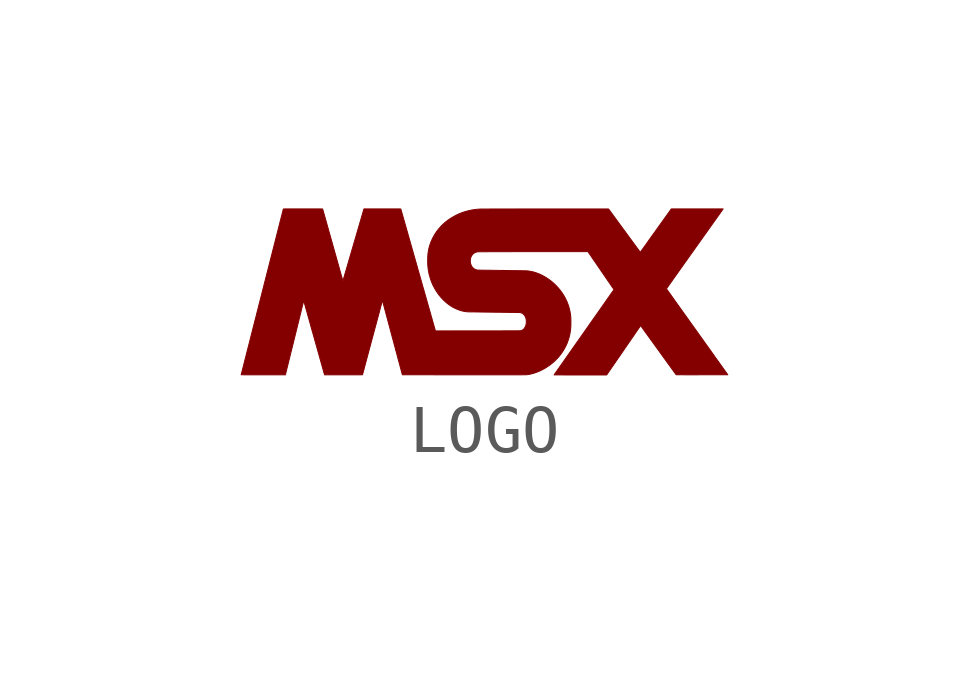
<source format=kicad_sym>
(kicad_symbol_lib
  (version 20211014)
  (generator kicad_symbol_editor)
  (symbol "LOGO"
    (pin_names
      (offset 1.016))
    (property "Reference" "#G"
      (at 0 2.54 0)
      (effects (font (size 1.27 1.27)) hide))
    (symbol "LOGO_0_0"
      (polyline (pts (xy 2.558 -1.705) (xy 2.571 -1.686) (xy 2.583 -1.669) (xy 2.595 -1.652) (xy 2.607 -1.634) (xy 2.62 -1.615) (xy 2.635 -1.593) (xy 2.643 -1.581) (xy 2.651 -1.57) (xy 2.657 -1.561) (xy 2.662 -1.554) (xy 2.666 -1.548) (xy 2.669 -1.544) (xy 2.672 -1.54) (xy 2.675 -1.536) (xy 2.677 -1.533) (xy 2.681 -1.527) (xy 2.686 -1.519) (xy 2.694 -1.508) (xy 2.703 -1.495) (xy 2.714 -1.479) (xy 2.726 -1.461) (xy 2.739 -1.442) (xy 2.754 -1.421) (xy 2.769 -1.398) (xy 2.786 -1.375) (xy 2.803 -1.35) (xy 2.821 -1.324) (xy 2.839 -1.297) (xy 2.857 -1.272) (xy 2.874 -1.246) (xy 2.892 -1.221) (xy 2.908 -1.197) (xy 2.923 -1.174) (xy 2.938 -1.153) (xy 2.951 -1.134) (xy 2.963 -1.116) (xy 2.974 -1.101) (xy 2.983 -1.087) (xy 2.991 -1.076) (xy 2.997 -1.067) (xy 3.003 -1.059) (xy 3.005 -1.055) (xy 3.008 -1.051) (xy 3.011 -1.047) (xy 3.015 -1.041) (xy 3.02 -1.034) (xy 3.026 -1.026) (xy 3.033 -1.015) (xy 3.042 -1.001) (xy 3.05 -0.99) (xy 3.058 -0.979) (xy 3.064 -0.97) (xy 3.069 -0.963) (xy 3.073 -0.957) (xy 3.076 -0.952) (xy 3.079 -0.948) (xy 3.082 -0.944) (xy 3.083 -0.942) (xy 3.086 -0.938) (xy 3.092 -0.93) (xy 3.099 -0.92) (xy 3.107 -0.908) (xy 3.116 -0.894) (xy 3.127 -0.878) (xy 3.138 -0.862) (xy 3.151 -0.844) (xy 3.163 -0.826) (xy 3.17 -0.816) (xy 3.182 -0.798) (xy 3.194 -0.781) (xy 3.204 -0.766) (xy 3.214 -0.752) (xy 3.223 -0.74) (xy 3.23 -0.729) (xy 3.235 -0.721) (xy 3.239 -0.716) (xy 3.241 -0.713) (xy 3.245 -0.707) (xy 3.265 -0.734) (xy 3.267 -0.737) (xy 3.275 -0.748) (xy 3.284 -0.761) (xy 3.296 -0.777) (xy 3.309 -0.795) (xy 3.323 -0.815) (xy 3.339 -0.837) (xy 3.356 -0.861) (xy 3.374 -0.886) (xy 3.394 -0.913) (xy 3.414 -0.941) (xy 3.435 -0.97) (xy 3.457 -1.001) (xy 3.48 -1.032) (xy 3.503 -1.064) (xy 3.527 -1.097) (xy 3.551 -1.13) (xy 3.575 -1.164) (xy 3.6 -1.198) (xy 3.649 -1.266) (xy 3.674 -1.3) (xy 3.698 -1.334) (xy 3.722 -1.367) (xy 3.745 -1.399) (xy 3.768 -1.431) (xy 3.791 -1.462) (xy 3.812 -1.492) (xy 3.833 -1.521) (xy 3.853 -1.548) (xy 3.872 -1.575) (xy 3.89 -1.599) (xy 3.907 -1.622) (xy 3.922 -1.643) (xy 3.936 -1.663) (xy 3.948 -1.68) (xy 3.959 -1.695) (xy 3.968 -1.707) (xy 3.975 -1.717) (xy 3.981 -1.724) (xy 3.984 -1.729) (xy 3.985 -1.731) (xy 3.985 -1.731) (xy 3.987 -1.731) (xy 3.99 -1.731) (xy 3.995 -1.731) (xy 4.001 -1.732) (xy 4.009 -1.732) (xy 4.019 -1.732) (xy 4.031 -1.732) (xy 4.045 -1.732) (xy 4.061 -1.732) (xy 4.08 -1.732) (xy 4.101 -1.732) (xy 4.124 -1.732) (xy 4.151 -1.732) (xy 4.18 -1.733) (xy 4.418 -1.733) (xy 4.47 -1.732) (xy 4.525 -1.732) (xy 5.062 -1.732) (xy 5.002 -1.647) (xy 4.999 -1.643) (xy 4.99 -1.631) (xy 4.979 -1.615) (xy 4.967 -1.598) (xy 4.952 -1.578) (xy 4.937 -1.556) (xy 4.92 -1.532) (xy 4.902 -1.507) (xy 4.883 -1.481) (xy 4.863 -1.453) (xy 4.843 -1.425) (xy 4.822 -1.396) (xy 4.801 -1.367) (xy 4.78 -1.337) (xy 4.76 -1.308) (xy 4.747 -1.29) (xy 4.69 -1.21) (xy 4.631 -1.127) (xy 4.57 -1.042) (xy 4.508 -0.955) (xy 4.444 -0.865) (xy 4.379 -0.774) (xy 4.313 -0.682) (xy 4.246 -0.588) (xy 4.179 -0.494) (xy 4.111 -0.399) (xy 4.043 -0.304) (xy 4.015 -0.265) (xy 3.989 -0.228) (xy 3.965 -0.195) (xy 3.943 -0.164) (xy 3.923 -0.136) (xy 3.905 -0.11) (xy 3.888 -0.087) (xy 3.86 -0.047) (xy 3.848 -0.03) (xy 3.837 -0.015) (xy 3.828 -0.002) (xy 3.82 0.009) (xy 3.812 0.019) (xy 3.806 0.028) (xy 3.801 0.035) (xy 3.797 0.041) (xy 3.794 0.046) (xy 3.791 0.05) (xy 3.789 0.053) (xy 3.787 0.055) (xy 3.786 0.057) (xy 3.785 0.058) (xy 3.784 0.059) (xy 3.784 0.059) (xy 3.784 0.059) (xy 3.784 0.06) (xy 3.787 0.064) (xy 3.791 0.071) (xy 3.798 0.081) (xy 3.807 0.093) (xy 3.818 0.109) (xy 3.831 0.128) (xy 3.847 0.15) (xy 3.864 0.175) (xy 3.884 0.202) (xy 3.905 0.233) (xy 3.929 0.267) (xy 3.955 0.303) (xy 3.983 0.343) (xy 4.013 0.385) (xy 4.045 0.43) (xy 4.079 0.478) (xy 4.115 0.529) (xy 4.153 0.583) (xy 4.193 0.639) (xy 4.235 0.698) (xy 4.279 0.76) (xy 4.326 0.825) (xy 4.374 0.893) (xy 4.374 0.894) (xy 4.41 0.944) (xy 4.446 0.994) (xy 4.48 1.042) (xy 4.514 1.09) (xy 4.547 1.137) (xy 4.58 1.183) (xy 4.612 1.227) (xy 4.642 1.27) (xy 4.672 1.312) (xy 4.7 1.352) (xy 4.728 1.391) (xy 4.754 1.428) (xy 4.779 1.463) (xy 4.803 1.496) (xy 4.826 1.528) (xy 4.847 1.558) (xy 4.866 1.585) (xy 4.884 1.61) (xy 4.9 1.633) (xy 4.915 1.654) (xy 4.928 1.672) (xy 4.939 1.688) (xy 4.948 1.701) (xy 4.955 1.711) (xy 4.961 1.718) (xy 4.964 1.723) (xy 4.965 1.724) (xy 4.964 1.724) (xy 4.96 1.725) (xy 4.952 1.725) (xy 4.941 1.725) (xy 4.926 1.725) (xy 4.909 1.725) (xy 4.889 1.725) (xy 4.865 1.725) (xy 4.84 1.725) (xy 4.811 1.725) (xy 4.781 1.725) (xy 4.748 1.725) (xy 4.713 1.725) (xy 4.676 1.725) (xy 4.598 1.725) (xy 4.557 1.725) (xy 3.885 1.725) (xy 3.876 1.713) (xy 3.875 1.711) (xy 3.871 1.706) (xy 3.866 1.698) (xy 3.858 1.688) (xy 3.849 1.676) (xy 3.839 1.661) (xy 3.827 1.644) (xy 3.814 1.626) (xy 3.8 1.606) (xy 3.785 1.585) (xy 3.769 1.563) (xy 3.752 1.54) (xy 3.735 1.516) (xy 3.728 1.505) (xy 3.706 1.475) (xy 3.684 1.444) (xy 3.66 1.411) (xy 3.636 1.378) (xy 3.612 1.344) (xy 3.587 1.309) (xy 3.538 1.239) (xy 3.513 1.205) (xy 3.488 1.171) (xy 3.464 1.137) (xy 3.441 1.104) (xy 3.418 1.073) (xy 3.397 1.042) (xy 3.376 1.013) (xy 3.357 0.986) (xy 3.339 0.961) (xy 3.322 0.938) (xy 3.308 0.918) (xy 3.295 0.9) (xy 3.284 0.885) (xy 3.28 0.879) (xy 3.271 0.866) (xy 3.262 0.854) (xy 3.254 0.843) (xy 3.248 0.835) (xy 3.243 0.828) (xy 3.239 0.824) (xy 3.238 0.822) (xy 3.238 0.822) (xy 3.236 0.824) (xy 3.232 0.829) (xy 3.228 0.835) (xy 3.222 0.843) (xy 3.222 0.843) (xy 3.216 0.852) (xy 3.208 0.862) (xy 3.2 0.873) (xy 3.191 0.885) (xy 3.183 0.897) (xy 3.177 0.904) (xy 3.171 0.913) (xy 3.165 0.921) (xy 3.159 0.929) (xy 3.153 0.938) (xy 3.146 0.947) (xy 3.138 0.958) (xy 3.128 0.971) (xy 3.118 0.985) (xy 3.105 1.003) (xy 3.099 1.012) (xy 3.09 1.023) (xy 3.081 1.035) (xy 3.072 1.048) (xy 3.063 1.06) (xy 3.055 1.071) (xy 3.046 1.083) (xy 3.037 1.096) (xy 3.028 1.107) (xy 3.021 1.117) (xy 3.021 1.117) (xy 3.013 1.129) (xy 3.003 1.141) (xy 2.994 1.154) (xy 2.986 1.165) (xy 2.98 1.174) (xy 2.971 1.185) (xy 2.962 1.198) (xy 2.953 1.21) (xy 2.944 1.222) (xy 2.944 1.222) (xy 2.936 1.234) (xy 2.927 1.246) (xy 2.919 1.257) (xy 2.912 1.267) (xy 2.906 1.275) (xy 2.906 1.275) (xy 2.9 1.283) (xy 2.892 1.293) (xy 2.884 1.304) (xy 2.875 1.316) (xy 2.867 1.327) (xy 2.859 1.339) (xy 2.85 1.351) (xy 2.841 1.364) (xy 2.832 1.375) (xy 2.825 1.385) (xy 2.825 1.385) (xy 2.817 1.396) (xy 2.807 1.409) (xy 2.798 1.422) (xy 2.79 1.433) (xy 2.784 1.442) (xy 2.775 1.453) (xy 2.766 1.465) (xy 2.757 1.478) (xy 2.748 1.49) (xy 2.74 1.501) (xy 2.722 1.526) (xy 2.714 1.537) (xy 2.707 1.546) (xy 2.703 1.552) (xy 2.695 1.563) (xy 2.686 1.575) (xy 2.676 1.588) (xy 2.668 1.599) (xy 2.654 1.619) (xy 2.642 1.635) (xy 2.631 1.65) (xy 2.622 1.662) (xy 2.615 1.672) (xy 2.608 1.681) (xy 2.602 1.69) (xy 2.597 1.697) (xy 2.592 1.704) (xy 2.576 1.724) (xy 1.359 1.724) (xy 1.281 1.724) (xy 1.191 1.724) (xy 1.104 1.724) (xy 1.022 1.724) (xy 0.942 1.724) (xy 0.867 1.724) (xy 0.794 1.724) (xy 0.725 1.724) (xy 0.659 1.724) (xy 0.597 1.723) (xy 0.537 1.723) (xy 0.481 1.723) (xy 0.427 1.723) (xy 0.377 1.723) (xy 0.33 1.723) (xy 0.285 1.723) (xy 0.243 1.723) (xy 0.204 1.723) (xy 0.167 1.723) (xy 0.133 1.723) (xy 0.102 1.723) (xy 0.073 1.722) (xy 0.046 1.722) (xy 0.021 1.722) (xy -0.001 1.722) (xy -0.021 1.722) (xy -0.038 1.722) (xy -0.054 1.722) (xy -0.068 1.722) (xy -0.08 1.722) (xy -0.09 1.722) (xy -0.098 1.721) (xy -0.104 1.721) (xy -0.109 1.721) (xy -0.112 1.721) (xy -0.12 1.72) (xy -0.129 1.72) (xy -0.139 1.719) (xy -0.148 1.718) (xy -0.156 1.717) (xy -0.161 1.717) (xy -0.166 1.716) (xy -0.173 1.716) (xy -0.181 1.715) (xy -0.181 1.715) (xy -0.188 1.714) (xy -0.194 1.714) (xy -0.198 1.713) (xy -0.201 1.713) (xy -0.206 1.712) (xy -0.213 1.711) (xy -0.217 1.711) (xy -0.223 1.71) (xy -0.227 1.709) (xy -0.228 1.709) (xy -0.233 1.708) (xy -0.239 1.707) (xy -0.242 1.707) (xy -0.248 1.706) (xy -0.252 1.705) (xy -0.259 1.704) (xy -0.272 1.702) (xy -0.272 1.702) (xy -0.277 1.701) (xy -0.281 1.7) (xy -0.281 1.7) (xy -0.286 1.699) (xy -0.291 1.698) (xy -0.292 1.698) (xy -0.297 1.697) (xy -0.3 1.696) (xy -0.3 1.696) (xy -0.303 1.695) (xy -0.308 1.694) (xy -0.312 1.694) (xy -0.32 1.692) (xy -0.327 1.69) (xy -0.333 1.689) (xy -0.339 1.688) (xy -0.343 1.687) (xy -0.346 1.686) (xy -0.351 1.685) (xy -0.356 1.683) (xy -0.362 1.682) (xy -0.367 1.681) (xy -0.368 1.681) (xy -0.373 1.679) (xy -0.379 1.677) (xy -0.381 1.677) (xy -0.385 1.675) (xy -0.387 1.675) (xy -0.387 1.675) (xy -0.389 1.675) (xy -0.393 1.673) (xy -0.394 1.673) (xy -0.399 1.671) (xy -0.401 1.671) (xy -0.402 1.671) (xy -0.405 1.67) (xy -0.412 1.668) (xy -0.421 1.665) (xy -0.431 1.662) (xy -0.443 1.658) (xy -0.456 1.654) (xy -0.468 1.65) (xy -0.479 1.646) (xy -0.489 1.642) (xy -0.498 1.639) (xy -0.503 1.637) (xy -0.507 1.635) (xy -0.512 1.633) (xy -0.513 1.633) (xy -0.517 1.631) (xy -0.523 1.629) (xy -0.524 1.628) (xy -0.528 1.626) (xy -0.53 1.625) (xy -0.531 1.625) (xy -0.534 1.624) (xy -0.539 1.622) (xy -0.545 1.619) (xy -0.554 1.615) (xy -0.563 1.611) (xy -0.571 1.607) (xy -0.572 1.607) (xy -0.578 1.604) (xy -0.587 1.6) (xy -0.597 1.595) (xy -0.607 1.59) (xy -0.665 1.558) (xy -0.721 1.524) (xy -0.774 1.488) (xy -0.824 1.448) (xy -0.872 1.406) (xy -0.917 1.361) (xy -0.959 1.313) (xy -0.966 1.305) (xy -1.004 1.256) (xy -1.038 1.206) (xy -1.069 1.153) (xy -1.097 1.099) (xy -1.122 1.043) (xy -1.143 0.986) (xy -1.144 0.983) (xy -1.148 0.97) (xy -1.152 0.956) (xy -1.157 0.941) (xy -1.161 0.926) (xy -1.165 0.912) (xy -1.168 0.899) (xy -1.17 0.888) (xy -1.172 0.88) (xy -1.173 0.875) (xy -1.174 0.869) (xy -1.176 0.859) (xy -1.178 0.85) (xy -1.179 0.839) (xy -1.179 0.839) (xy -1.18 0.833) (xy -1.181 0.829) (xy -1.182 0.827) (xy -1.182 0.821) (xy -1.183 0.814) (xy -1.184 0.811) (xy -1.185 0.804) (xy -1.185 0.799) (xy -1.186 0.797) (xy -1.186 0.79) (xy -1.187 0.782) (xy -1.188 0.772) (xy -1.189 0.764) (xy -1.189 0.762) (xy -1.19 0.745) (xy -1.191 0.725) (xy -1.192 0.703) (xy -1.192 0.68) (xy -1.193 0.656) (xy -1.193 0.632) (xy -1.192 0.609) (xy -1.192 0.587) (xy -1.191 0.566) (xy -1.19 0.548) (xy -1.189 0.534) (xy -1.188 0.529) (xy -1.188 0.522) (xy -1.187 0.514) (xy -1.186 0.507) (xy -1.185 0.495) (xy -1.184 0.484) (xy -1.183 0.474) (xy -1.181 0.468) (xy -1.181 0.467) (xy -1.181 0.462) (xy -1.18 0.456) (xy -1.179 0.454) (xy -1.179 0.448) (xy -1.178 0.444) (xy -1.178 0.443) (xy -1.177 0.438) (xy -1.176 0.432) (xy -1.175 0.429) (xy -1.174 0.422) (xy -1.173 0.416) (xy -1.171 0.408) (xy -1.169 0.397) (xy -1.169 0.394) (xy -1.167 0.388) (xy -1.167 0.384) (xy -1.163 0.367) (xy -1.158 0.347) (xy -1.152 0.326) (xy -1.145 0.303) (xy -1.138 0.279) (xy -1.131 0.256) (xy -1.123 0.234) (xy -1.116 0.214) (xy -1.109 0.196) (xy -1.102 0.18) (xy -1.102 0.179) (xy -1.099 0.172) (xy -1.096 0.166) (xy -1.095 0.165) (xy -1.091 0.154) (xy -1.087 0.145) (xy -1.083 0.136) (xy -1.078 0.127) (xy -1.072 0.115) (xy -1.053 0.078) (xy -1.021 0.024) (xy -0.987 -0.028) (xy -0.951 -0.077) (xy -0.911 -0.124) (xy -0.87 -0.168) (xy -0.826 -0.209) (xy -0.78 -0.248) (xy -0.733 -0.283) (xy -0.683 -0.315) (xy -0.671 -0.322) (xy -0.646 -0.335) (xy -0.62 -0.348) (xy -0.594 -0.36) (xy -0.57 -0.37) (xy -0.565 -0.372) (xy -0.557 -0.375) (xy -0.551 -0.378) (xy -0.548 -0.379) (xy -0.547 -0.379) (xy -0.543 -0.381) (xy -0.536 -0.383) (xy -0.529 -0.386) (xy -0.521 -0.388) (xy -0.515 -0.39) (xy -0.509 -0.392) (xy -0.504 -0.393) (xy -0.498 -0.395) (xy -0.493 -0.396) (xy -0.488 -0.398) (xy -0.484 -0.399) (xy -0.482 -0.399) (xy -0.477 -0.401) (xy -0.475 -0.401) (xy -0.47 -0.403) (xy -0.467 -0.403) (xy -0.462 -0.405) (xy -0.457 -0.405) (xy -0.452 -0.406) (xy -0.447 -0.407) (xy -0.443 -0.408) (xy -0.44 -0.409) (xy -0.435 -0.41) (xy -0.43 -0.411) (xy -0.424 -0.412) (xy -0.424 -0.412) (xy -0.419 -0.413) (xy -0.413 -0.414) (xy -0.409 -0.414) (xy -0.399 -0.416) (xy -0.389 -0.417) (xy -0.38 -0.418) (xy -0.371 -0.419) (xy -0.361 -0.419) (xy -0.351 -0.42) (xy -0.339 -0.42) (xy -0.325 -0.421) (xy -0.309 -0.421) (xy -0.29 -0.421) (xy -0.268 -0.421) (xy -0.252 -0.422) (xy -0.23 -0.422) (xy -0.208 -0.422) (xy -0.186 -0.423) (xy -0.164 -0.423) (xy -0.145 -0.423) (xy -0.128 -0.423) (xy -0.126 -0.423) (xy -0.109 -0.424) (xy -0.09 -0.424) (xy -0.069 -0.424) (xy -0.046 -0.424) (xy -0.024 -0.425) (xy -0.002 -0.425) (xy 0.019 -0.425) (xy 0.025 -0.425) (xy 0.045 -0.426) (xy 0.066 -0.426) (xy 0.087 -0.426) (xy 0.108 -0.426) (xy 0.126 -0.427) (xy 0.143 -0.427) (xy 0.157 -0.427) (xy 0.179 -0.427) (xy 0.197 -0.428) (xy 0.216 -0.428) (xy 0.237 -0.428) (xy 0.28 -0.429) (xy 0.301 -0.429) (xy 0.314 -0.429) (xy 0.335 -0.429) (xy 0.356 -0.43) (xy 0.376 -0.43) (xy 0.395 -0.43) (xy 0.413 -0.43) (xy 0.428 -0.431) (xy 0.439 -0.431) (xy 0.461 -0.431) (xy 0.497 -0.432) (xy 0.53 -0.432) (xy 0.56 -0.432) (xy 0.586 -0.433) (xy 0.61 -0.433) (xy 0.631 -0.433) (xy 0.649 -0.434) (xy 0.665 -0.434) (xy 0.679 -0.434) (xy 0.69 -0.434) (xy 0.7 -0.435) (xy 0.708 -0.435) (xy 0.715 -0.435) (xy 0.721 -0.435) (xy 0.725 -0.435) (xy 0.729 -0.436) (xy 0.731 -0.436) (xy 0.734 -0.436) (xy 0.735 -0.436) (xy 0.755 -0.441) (xy 0.775 -0.449) (xy 0.793 -0.461) (xy 0.809 -0.475) (xy 0.824 -0.492) (xy 0.837 -0.512) (xy 0.847 -0.534) (xy 0.856 -0.559) (xy 0.861 -0.586) (xy 0.861 -0.586) (xy 0.862 -0.592) (xy 0.862 -0.602) (xy 0.863 -0.613) (xy 0.863 -0.624) (xy 0.863 -0.636) (xy 0.862 -0.647) (xy 0.862 -0.656) (xy 0.861 -0.663) (xy 0.859 -0.678) (xy 0.852 -0.704) (xy 0.843 -0.728) (xy 0.831 -0.75) (xy 0.818 -0.769) (xy 0.803 -0.785) (xy 0.786 -0.798) (xy 0.767 -0.807) (xy 0.747 -0.814) (xy 0.745 -0.814) (xy 0.743 -0.814) (xy 0.74 -0.814) (xy 0.735 -0.815) (xy 0.73 -0.815) (xy 0.723 -0.815) (xy 0.714 -0.815) (xy 0.704 -0.815) (xy 0.693 -0.815) (xy 0.679 -0.815) (xy 0.664 -0.816) (xy 0.647 -0.816) (xy 0.629 -0.816) (xy 0.608 -0.816) (xy 0.585 -0.816) (xy 0.559 -0.816) (xy 0.532 -0.816) (xy 0.501 -0.816) (xy 0.469 -0.816) (xy 0.434 -0.816) (xy 0.396 -0.816) (xy 0.355 -0.817) (xy 0.312 -0.817) (xy 0.265 -0.817) (xy 0.216 -0.817) (xy 0.163 -0.817) (xy 0.107 -0.817) (xy 0.048 -0.817) (xy -0.015 -0.817) (xy -0.081 -0.817) (xy -0.15 -0.817) (xy -0.224 -0.817) (xy -1.031 -0.818) (xy -1.034 -0.806) (xy -1.036 -0.801) (xy -1.038 -0.796) (xy -1.038 -0.793) (xy -1.038 -0.792) (xy -1.04 -0.788) (xy -1.041 -0.782) (xy -1.044 -0.773) (xy -1.047 -0.762) (xy -1.05 -0.75) (xy -1.052 -0.745) (xy -1.055 -0.734) (xy -1.058 -0.724) (xy -1.06 -0.715) (xy -1.062 -0.71) (xy -1.063 -0.707) (xy -1.063 -0.705) (xy -1.065 -0.699) (xy -1.067 -0.693) (xy -1.068 -0.688) (xy -1.07 -0.682) (xy -1.07 -0.68) (xy -1.071 -0.678) (xy -1.072 -0.673) (xy -1.074 -0.667) (xy -1.076 -0.661) (xy -1.077 -0.656) (xy -1.078 -0.653) (xy -1.078 -0.653) (xy -1.079 -0.649) (xy -1.081 -0.642) (xy -1.083 -0.633) (xy -1.087 -0.623) (xy -1.09 -0.611) (xy -1.091 -0.606) (xy -1.095 -0.594) (xy -1.098 -0.584) (xy -1.1 -0.576) (xy -1.101 -0.57) (xy -1.102 -0.568) (xy -1.103 -0.565) (xy -1.104 -0.56) (xy -1.106 -0.553) (xy -1.108 -0.548) (xy -1.109 -0.543) (xy -1.11 -0.54) (xy -1.111 -0.538) (xy -1.112 -0.533) (xy -1.114 -0.527) (xy -1.115 -0.522) (xy -1.117 -0.517) (xy -1.117 -0.514) (xy -1.118 -0.513) (xy -1.119 -0.509) (xy -1.121 -0.503) (xy -1.123 -0.494) (xy -1.126 -0.483) (xy -1.129 -0.471) (xy -1.131 -0.466) (xy -1.134 -0.455) (xy -1.137 -0.444) (xy -1.139 -0.436) (xy -1.141 -0.431) (xy -1.142 -0.428) (xy -1.142 -0.426) (xy -1.144 -0.42) (xy -1.146 -0.414) (xy -1.147 -0.408) (xy -1.149 -0.403) (xy -1.149 -0.401) (xy -1.15 -0.399) (xy -1.151 -0.394) (xy -1.153 -0.388) (xy -1.155 -0.382) (xy -1.156 -0.377) (xy -1.157 -0.374) (xy -1.157 -0.374) (xy -1.158 -0.37) (xy -1.16 -0.363) (xy -1.163 -0.354) (xy -1.166 -0.344) (xy -1.169 -0.332) (xy -1.171 -0.326) (xy -1.174 -0.315) (xy -1.177 -0.305) (xy -1.179 -0.297) (xy -1.181 -0.291) (xy -1.181 -0.288) (xy -1.182 -0.286) (xy -1.183 -0.281) (xy -1.185 -0.274) (xy -1.187 -0.269) (xy -1.188 -0.264) (xy -1.189 -0.261) (xy -1.19 -0.259) (xy -1.191 -0.254) (xy -1.193 -0.248) (xy -1.194 -0.243) (xy -1.196 -0.237) (xy -1.197 -0.235) (xy -1.197 -0.234) (xy -1.198 -0.23) (xy -1.2 -0.224) (xy -1.202 -0.215) (xy -1.205 -0.204) (xy -1.209 -0.192) (xy -1.21 -0.187) (xy -1.214 -0.175) (xy -1.216 -0.165) (xy -1.219 -0.157) (xy -1.22 -0.152) (xy -1.221 -0.149) (xy -1.222 -0.146) (xy -1.223 -0.141) (xy -1.225 -0.135) (xy -1.226 -0.129) (xy -1.228 -0.124) (xy -1.229 -0.122) (xy -1.229 -0.119) (xy -1.231 -0.115) (xy -1.232 -0.108) (xy -1.234 -0.103) (xy -1.236 -0.098) (xy -1.236 -0.095) (xy -1.236 -0.095) (xy -1.238 -0.091) (xy -1.239 -0.084) (xy -1.242 -0.075) (xy -1.245 -0.065) (xy -1.248 -0.053) (xy -1.25 -0.047) (xy -1.253 -0.036) (xy -1.256 -0.026) (xy -1.258 -0.018) (xy -1.26 -0.012) (xy -1.261 -0.009) (xy -1.261 -0.007) (xy -1.263 -0.002) (xy -1.265 0.005) (xy -1.266 0.01) (xy -1.268 0.015) (xy -1.268 0.018) (xy -1.269 0.02) (xy -1.27 0.025) (xy -1.272 0.031) (xy -1.274 0.036) (xy -1.275 0.042) (xy -1.276 0.044) (xy -1.276 0.045) (xy -1.277 0.049) (xy -1.279 0.055) (xy -1.282 0.064) (xy -1.284 0.075) (xy -1.288 0.087) (xy -1.29 0.092) (xy -1.293 0.104) (xy -1.296 0.114) (xy -1.298 0.122) (xy -1.3 0.128) (xy -1.3 0.13) (xy -1.301 0.133) (xy -1.302 0.138) (xy -1.304 0.144) (xy -1.306 0.15) (xy -1.307 0.155) (xy -1.308 0.157) (xy -1.308 0.16) (xy -1.31 0.164) (xy -1.312 0.171) (xy -1.313 0.176) (xy -1.315 0.181) (xy -1.315 0.184) (xy -1.316 0.184) (xy -1.317 0.188) (xy -1.319 0.195) (xy -1.321 0.204) (xy -1.324 0.214) (xy -1.327 0.226) (xy -1.329 0.232) (xy -1.332 0.243) (xy -1.335 0.253) (xy -1.337 0.261) (xy -1.339 0.267) (xy -1.34 0.27) (xy -1.34 0.272) (xy -1.342 0.277) (xy -1.344 0.284) (xy -1.345 0.289) (xy -1.347 0.294) (xy -1.347 0.297) (xy -1.348 0.299) (xy -1.349 0.304) (xy -1.351 0.31) (xy -1.353 0.316) (xy -1.354 0.321) (xy -1.355 0.323) (xy -1.355 0.324) (xy -1.356 0.328) (xy -1.358 0.335) (xy -1.361 0.343) (xy -1.364 0.354) (xy -1.367 0.366) (xy -1.369 0.371) (xy -1.372 0.383) (xy -1.375 0.393) (xy -1.377 0.401) (xy -1.379 0.407) (xy -1.379 0.409) (xy -1.38 0.412) (xy -1.381 0.417) (xy -1.383 0.423) (xy -1.385 0.429) (xy -1.386 0.434) (xy -1.387 0.436) (xy -1.388 0.439) (xy -1.389 0.444) (xy -1.391 0.45) (xy -1.393 0.455) (xy -1.394 0.46) (xy -1.395 0.463) (xy -1.395 0.464) (xy -1.396 0.467) (xy -1.398 0.474) (xy -1.4 0.483) (xy -1.403 0.493) (xy -1.407 0.505) (xy -1.408 0.511) (xy -1.411 0.522) (xy -1.414 0.532) (xy -1.417 0.54) (xy -1.418 0.546) (xy -1.419 0.549) (xy -1.42 0.551) (xy -1.421 0.556) (xy -1.423 0.563) (xy -1.425 0.568) (xy -1.426 0.573) (xy -1.427 0.576) (xy -1.427 0.578) (xy -1.429 0.583) (xy -1.431 0.589) (xy -1.432 0.595) (xy -1.433 0.6) (xy -1.434 0.603) (xy -1.434 0.603) (xy -1.435 0.606) (xy -1.437 0.612) (xy -1.44 0.621) (xy -1.443 0.632) (xy -1.446 0.644) (xy -1.45 0.658) (xy -1.451 0.662) (xy -1.455 0.676) (xy -1.458 0.688) (xy -1.462 0.698) (xy -1.464 0.707) (xy -1.465 0.712) (xy -1.466 0.715) (xy -1.467 0.717) (xy -1.468 0.722) (xy -1.47 0.729) (xy -1.472 0.734) (xy -1.473 0.739) (xy -1.474 0.742) (xy -1.474 0.742) (xy -1.475 0.746) (xy -1.477 0.752) (xy -1.479 0.761) (xy -1.482 0.771) (xy -1.486 0.784) (xy -1.49 0.798) (xy -1.491 0.802) (xy -1.495 0.815) (xy -1.498 0.827) (xy -1.501 0.838) (xy -1.503 0.846) (xy -1.505 0.852) (xy -1.506 0.854) (xy -1.506 0.857) (xy -1.508 0.862) (xy -1.51 0.868) (xy -1.511 0.874) (xy -1.513 0.879) (xy -1.514 0.881) (xy -1.514 0.882) (xy -1.514 0.885) (xy -1.516 0.891) (xy -1.519 0.9) (xy -1.522 0.911) (xy -1.525 0.923) (xy -1.529 0.937) (xy -1.53 0.941) (xy -1.534 0.955) (xy -1.538 0.967) (xy -1.541 0.977) (xy -1.543 0.986) (xy -1.545 0.991) (xy -1.545 0.994) (xy -1.546 0.996) (xy -1.547 1.001) (xy -1.549 1.008) (xy -1.551 1.013) (xy -1.552 1.018) (xy -1.553 1.021) (xy -1.553 1.021) (xy -1.554 1.025) (xy -1.556 1.031) (xy -1.558 1.04) (xy -1.561 1.051) (xy -1.565 1.063) (xy -1.569 1.077) (xy -1.57 1.081) (xy -1.574 1.094) (xy -1.577 1.106) (xy -1.58 1.117) (xy -1.583 1.125) (xy -1.584 1.131) (xy -1.585 1.133) (xy -1.585 1.136) (xy -1.587 1.141) (xy -1.589 1.147) (xy -1.591 1.153) (xy -1.592 1.158) (xy -1.593 1.161) (xy -1.593 1.161) (xy -1.594 1.164) (xy -1.595 1.17) (xy -1.598 1.179) (xy -1.601 1.19) (xy -1.605 1.203) (xy -1.608 1.216) (xy -1.61 1.22) (xy -1.613 1.234) (xy -1.617 1.246) (xy -1.62 1.256) (xy -1.622 1.265) (xy -1.624 1.27) (xy -1.625 1.273) (xy -1.625 1.275) (xy -1.627 1.28) (xy -1.629 1.287) (xy -1.63 1.292) (xy -1.631 1.298) (xy -1.632 1.3) (xy -1.632 1.3) (xy -1.633 1.304) (xy -1.635 1.31) (xy -1.637 1.319) (xy -1.641 1.33) (xy -1.644 1.342) (xy -1.648 1.356) (xy -1.649 1.36) (xy -1.653 1.373) (xy -1.657 1.385) (xy -1.659 1.396) (xy -1.662 1.404) (xy -1.663 1.41) (xy -1.664 1.412) (xy -1.665 1.415) (xy -1.666 1.42) (xy -1.668 1.427) (xy -1.67 1.432) (xy -1.671 1.437) (xy -1.672 1.44) (xy -1.672 1.44) (xy -1.673 1.443) (xy -1.675 1.45) (xy -1.677 1.458) (xy -1.68 1.469) (xy -1.684 1.482) (xy -1.688 1.495) (xy -1.689 1.499) (xy -1.693 1.513) (xy -1.696 1.525) (xy -1.699 1.536) (xy -1.702 1.544) (xy -1.703 1.549) (xy -1.704 1.552) (xy -1.704 1.554) (xy -1.706 1.56) (xy -1.708 1.566) (xy -1.709 1.571) (xy -1.711 1.577) (xy -1.711 1.579) (xy -1.712 1.581) (xy -1.713 1.586) (xy -1.715 1.592) (xy -1.717 1.598) (xy -1.718 1.603) (xy -1.719 1.606) (xy -1.719 1.606) (xy -1.72 1.61) (xy -1.722 1.617) (xy -1.725 1.626) (xy -1.728 1.636) (xy -1.731 1.648) (xy -1.733 1.654) (xy -1.736 1.665) (xy -1.739 1.675) (xy -1.741 1.683) (xy -1.743 1.689) (xy -1.743 1.691) (xy -1.744 1.694) (xy -1.745 1.699) (xy -1.747 1.706) (xy -1.749 1.711) (xy -1.75 1.716) (xy -1.751 1.718) (xy -1.751 1.72) (xy -1.752 1.723) (xy -1.752 1.723) (xy -1.753 1.723) (xy -1.754 1.723) (xy -1.757 1.724) (xy -1.76 1.724) (xy -1.766 1.724) (xy -1.772 1.724) (xy -1.78 1.724) (xy -1.789 1.725) (xy -1.801 1.725) (xy -1.814 1.725) (xy -1.83 1.725) (xy -1.848 1.725) (xy -1.868 1.725) (xy -1.891 1.725) (xy -1.917 1.725) (xy -1.977 1.725) (xy -2.012 1.725) (xy -2.521 1.725) (xy -2.523 1.719) (xy -2.525 1.713) (xy -2.526 1.709) (xy -2.526 1.707) (xy -2.528 1.702) (xy -2.53 1.694) (xy -2.533 1.686) (xy -2.534 1.68) (xy -2.537 1.672) (xy -2.538 1.666) (xy -2.539 1.663) (xy -2.54 1.661) (xy -2.541 1.656) (xy -2.543 1.649) (xy -2.546 1.641) (xy -2.548 1.634) (xy -2.55 1.627) (xy -2.551 1.621) (xy -2.552 1.618) (xy -2.553 1.616) (xy -2.554 1.611) (xy -2.556 1.604) (xy -2.559 1.595) (xy -2.561 1.589) (xy -2.563 1.582) (xy -2.565 1.576) (xy -2.566 1.573) (xy -2.566 1.571) (xy -2.567 1.566) (xy -2.57 1.559) (xy -2.572 1.55) (xy -2.574 1.544) (xy -2.576 1.536) (xy -2.578 1.531) (xy -2.579 1.528) (xy -2.579 1.526) (xy -2.581 1.52) (xy -2.583 1.513) (xy -2.585 1.505) (xy -2.587 1.499) (xy -2.59 1.491) (xy -2.591 1.485) (xy -2.592 1.482) (xy -2.592 1.48) (xy -2.594 1.475) (xy -2.596 1.468) (xy -2.599 1.46) (xy -2.6 1.453) (xy -2.603 1.446) (xy -2.604 1.44) (xy -2.605 1.437) (xy -2.606 1.435) (xy -2.607 1.43) (xy -2.609 1.423) (xy -2.612 1.415) (xy -2.614 1.408) (xy -2.616 1.401) (xy -2.618 1.395) (xy -2.618 1.392) (xy -2.619 1.39) (xy -2.62 1.385) (xy -2.622 1.377) (xy -2.625 1.369) (xy -2.627 1.363) (xy -2.629 1.355) (xy -2.631 1.35) (xy -2.631 1.347) (xy -2.632 1.345) (xy -2.634 1.339) (xy -2.636 1.332) (xy -2.638 1.324) (xy -2.64 1.318) (xy -2.642 1.31) (xy -2.644 1.304) (xy -2.645 1.301) (xy -2.645 1.299) (xy -2.647 1.294) (xy -2.649 1.287) (xy -2.651 1.279) (xy -2.653 1.272) (xy -2.655 1.265) (xy -2.657 1.259) (xy -2.658 1.256) (xy -2.659 1.254) (xy -2.66 1.249) (xy -2.662 1.242) (xy -2.664 1.234) (xy -2.667 1.227) (xy -2.669 1.22) (xy -2.67 1.214) (xy -2.671 1.211) (xy -2.672 1.209) (xy -2.673 1.204) (xy -2.675 1.196) (xy -2.678 1.188) (xy -2.68 1.182) (xy -2.682 1.174) (xy -2.683 1.169) (xy -2.684 1.166) (xy -2.685 1.164) (xy -2.686 1.158) (xy -2.688 1.151) (xy -2.691 1.143) (xy -2.693 1.137) (xy -2.695 1.129) (xy -2.697 1.123) (xy -2.697 1.12) (xy -2.698 1.118) (xy -2.7 1.113) (xy -2.702 1.106) (xy -2.704 1.098) (xy -2.706 1.091) (xy -2.708 1.084) (xy -2.71 1.078) (xy -2.711 1.075) (xy -2.711 1.073) (xy -2.713 1.068) (xy -2.715 1.061) (xy -2.717 1.052) (xy -2.719 1.046) (xy -2.721 1.038) (xy -2.723 1.033) (xy -2.724 1.03) (xy -2.724 1.028) (xy -2.726 1.023) (xy -2.728 1.016) (xy -2.731 1.007) (xy -2.732 1.001) (xy -2.735 0.993) (xy -2.736 0.988) (xy -2.737 0.985) (xy -2.738 0.983) (xy -2.739 0.977) (xy -2.741 0.97) (xy -2.744 0.962) (xy -2.746 0.956) (xy -2.748 0.948) (xy -2.749 0.942) (xy -2.75 0.939) (xy -2.751 0.937) (xy -2.752 0.932) (xy -2.754 0.925) (xy -2.757 0.917) (xy -2.759 0.91) (xy -2.761 0.903) (xy -2.763 0.897) (xy -2.764 0.894) (xy -2.764 0.892) (xy -2.765 0.887) (xy -2.768 0.88) (xy -2.77 0.871) (xy -2.772 0.865) (xy -2.774 0.858) (xy -2.776 0.852) (xy -2.777 0.849) (xy -2.777 0.847) (xy -2.779 0.842) (xy -2.781 0.835) (xy -2.783 0.826) (xy -2.785 0.82) (xy -2.788 0.812) (xy -2.789 0.806) (xy -2.79 0.803) (xy -2.791 0.801) (xy -2.792 0.796) (xy -2.794 0.789) (xy -2.796 0.781) (xy -2.799 0.774) (xy -2.801 0.767) (xy -2.802 0.761) (xy -2.803 0.758) (xy -2.804 0.756) (xy -2.805 0.751) (xy -2.807 0.744) (xy -2.81 0.736) (xy -2.812 0.729) (xy -2.814 0.722) (xy -2.816 0.716) (xy -2.816 0.713) (xy -2.817 0.711) (xy -2.818 0.706) (xy -2.82 0.699) (xy -2.823 0.69) (xy -2.825 0.684) (xy -2.827 0.676) (xy -2.829 0.668) (xy -2.83 0.666) (xy -2.832 0.661) (xy -2.834 0.653) (xy -2.836 0.645) (xy -2.838 0.639) (xy -2.84 0.631) (xy -2.842 0.625) (xy -2.843 0.623) (xy -2.843 0.621) (xy -2.845 0.615) (xy -2.847 0.608) (xy -2.849 0.6) (xy -2.851 0.594) (xy -2.853 0.586) (xy -2.855 0.58) (xy -2.856 0.577) (xy -2.857 0.575) (xy -2.858 0.569) (xy -2.861 0.561) (xy -2.863 0.552) (xy -2.866 0.541) (xy -2.87 0.529) (xy -2.874 0.515) (xy -2.879 0.499) (xy -2.885 0.48) (xy -2.891 0.458) (xy -2.891 0.456) (xy -2.895 0.445) (xy -2.898 0.433) (xy -2.901 0.422) (xy -2.904 0.413) (xy -2.904 0.412) (xy -2.907 0.403) (xy -2.91 0.391) (xy -2.914 0.379) (xy -2.917 0.368) (xy -2.918 0.366) (xy -2.921 0.354) (xy -2.925 0.342) (xy -2.928 0.331) (xy -2.93 0.322) (xy -2.931 0.321) (xy -2.933 0.312) (xy -2.937 0.301) (xy -2.94 0.289) (xy -2.944 0.277) (xy -2.948 0.263) (xy -2.951 0.251) (xy -2.954 0.241) (xy -2.956 0.234) (xy -2.958 0.23) (xy -2.959 0.227) (xy -2.959 0.226) (xy -2.96 0.226) (xy -2.961 0.227) (xy -2.961 0.228) (xy -2.962 0.232) (xy -2.963 0.236) (xy -2.964 0.237) (xy -2.965 0.241) (xy -2.967 0.247) (xy -2.969 0.256) (xy -2.972 0.266) (xy -2.973 0.271) (xy -2.976 0.28) (xy -2.978 0.288) (xy -2.979 0.293) (xy -2.98 0.296) (xy -2.981 0.297) (xy -2.982 0.301) (xy -2.983 0.308) (xy -2.986 0.316) (xy -2.989 0.326) (xy -2.99 0.331) (xy -2.993 0.34) (xy -2.995 0.348) (xy -2.997 0.354) (xy -2.997 0.356) (xy -2.998 0.357) (xy -2.999 0.361) (xy -3.001 0.368) (xy -3.003 0.377) (xy -3.006 0.387) (xy -3.007 0.391) (xy -3.01 0.401) (xy -3.012 0.408) (xy -3.014 0.414) (xy -3.014 0.417) (xy -3.014 0.418) (xy -3.016 0.422) (xy -3.018 0.428) (xy -3.02 0.437) (xy -3.023 0.447) (xy -3.024 0.452) (xy -3.027 0.461) (xy -3.029 0.469) (xy -3.03 0.474) (xy -3.031 0.477) (xy -3.031 0.478) (xy -3.033 0.482) (xy -3.034 0.489) (xy -3.037 0.497) (xy -3.04 0.507) (xy -3.041 0.512) (xy -3.044 0.521) (xy -3.046 0.529) (xy -3.047 0.535) (xy -3.048 0.537) (xy -3.048 0.538) (xy -3.049 0.541) (xy -3.051 0.547) (xy -3.053 0.554) (xy -3.053 0.556) (xy -3.055 0.563) (xy -3.057 0.568) (xy -3.058 0.571) (xy -3.058 0.574) (xy -3.06 0.579) (xy -3.062 0.586) (xy -3.063 0.591) (xy -3.065 0.596) (xy -3.065 0.599) (xy -3.065 0.599) (xy -3.066 0.602) (xy -3.068 0.608) (xy -3.07 0.615) (xy -3.07 0.616) (xy -3.072 0.623) (xy -3.074 0.629) (xy -3.075 0.632) (xy -3.075 0.634) (xy -3.077 0.639) (xy -3.079 0.646) (xy -3.08 0.651) (xy -3.082 0.656) (xy -3.082 0.659) (xy -3.082 0.659) (xy -3.083 0.662) (xy -3.085 0.668) (xy -3.087 0.675) (xy -3.087 0.676) (xy -3.089 0.683) (xy -3.091 0.689) (xy -3.091 0.692) (xy -3.092 0.695) (xy -3.094 0.7) (xy -3.095 0.706) (xy -3.097 0.712) (xy -3.099 0.717) (xy -3.099 0.719) (xy -3.099 0.72) (xy -3.1 0.723) (xy -3.104 0.735) (xy -3.104 0.737) (xy -3.106 0.744) (xy -3.108 0.749) (xy -3.108 0.752) (xy -3.109 0.755) (xy -3.111 0.76) (xy -3.112 0.766) (xy -3.114 0.772) (xy -3.116 0.777) (xy -3.116 0.78) (xy -3.116 0.78) (xy -3.117 0.783) (xy -3.119 0.789) (xy -3.121 0.796) (xy -3.121 0.797) (xy -3.125 0.81) (xy -3.126 0.813) (xy -3.126 0.815) (xy -3.128 0.82) (xy -3.13 0.827) (xy -3.131 0.832) (xy -3.132 0.837) (xy -3.133 0.84) (xy -3.133 0.84) (xy -3.134 0.844) (xy -3.136 0.849) (xy -3.138 0.856) (xy -3.138 0.857) (xy -3.14 0.864) (xy -3.142 0.87) (xy -3.142 0.873) (xy -3.143 0.875) (xy -3.145 0.881) (xy -3.147 0.887) (xy -3.148 0.893) (xy -3.15 0.898) (xy -3.15 0.9) (xy -3.15 0.901) (xy -3.151 0.904) (xy -3.153 0.909) (xy -3.155 0.916) (xy -3.155 0.918) (xy -3.157 0.925) (xy -3.159 0.93) (xy -3.159 0.933) (xy -3.16 0.936) (xy -3.162 0.941) (xy -3.163 0.948) (xy -3.165 0.953) (xy -3.167 0.958) (xy -3.167 0.961) (xy -3.167 0.961) (xy -3.168 0.964) (xy -3.172 0.977) (xy -3.172 0.978) (xy -3.176 0.991) (xy -3.176 0.994) (xy -3.177 0.996) (xy -3.179 1.001) (xy -3.18 1.008) (xy -3.182 1.013) (xy -3.183 1.018) (xy -3.184 1.021) (xy -3.184 1.021) (xy -3.185 1.025) (xy -3.187 1.03) (xy -3.189 1.037) (xy -3.189 1.038) (xy -3.191 1.045) (xy -3.192 1.051) (xy -3.193 1.054) (xy -3.194 1.055) (xy -3.195 1.059) (xy -3.197 1.066) (xy -3.199 1.075) (xy -3.202 1.084) (xy -3.203 1.089) (xy -3.206 1.098) (xy -3.208 1.106) (xy -3.21 1.112) (xy -3.21 1.114) (xy -3.211 1.115) (xy -3.212 1.119) (xy -3.214 1.126) (xy -3.216 1.135) (xy -3.219 1.145) (xy -3.22 1.149) (xy -3.223 1.159) (xy -3.225 1.166) (xy -3.227 1.172) (xy -3.228 1.176) (xy -3.229 1.18) (xy -3.231 1.187) (xy -3.233 1.195) (xy -3.236 1.205) (xy -3.237 1.21) (xy -3.24 1.219) (xy -3.242 1.227) (xy -3.244 1.232) (xy -3.244 1.235) (xy -3.244 1.236) (xy -3.246 1.24) (xy -3.248 1.247) (xy -3.25 1.256) (xy -3.253 1.265) (xy -3.254 1.27) (xy -3.257 1.279) (xy -3.259 1.287) (xy -3.26 1.293) (xy -3.261 1.295) (xy -3.261 1.296) (xy -3.263 1.3) (xy -3.264 1.307) (xy -3.267 1.316) (xy -3.27 1.326) (xy -3.271 1.33) (xy -3.274 1.34) (xy -3.276 1.347) (xy -3.277 1.353) (xy -3.278 1.357) (xy -3.28 1.361) (xy -3.281 1.368) (xy -3.284 1.376) (xy -3.287 1.386) (xy -3.288 1.391) (xy -3.291 1.4) (xy -3.293 1.408) (xy -3.295 1.413) (xy -3.295 1.416) (xy -3.295 1.417) (xy -3.297 1.421) (xy -3.298 1.428) (xy -3.301 1.437) (xy -3.304 1.446) (xy -3.305 1.451) (xy -3.308 1.46) (xy -3.31 1.468) (xy -3.311 1.474) (xy -3.312 1.476) (xy -3.312 1.477) (xy -3.313 1.482) (xy -3.315 1.488) (xy -3.318 1.497) (xy -3.321 1.507) (xy -3.322 1.511) (xy -3.325 1.521) (xy -3.327 1.528) (xy -3.328 1.534) (xy -3.329 1.537) (xy -3.329 1.538) (xy -3.33 1.542) (xy -3.332 1.549) (xy -3.335 1.557) (xy -3.338 1.567) (xy -3.339 1.572) (xy -3.342 1.581) (xy -3.344 1.589) (xy -3.345 1.594) (xy -3.346 1.598) (xy -3.348 1.602) (xy -3.349 1.609) (xy -3.352 1.618) (xy -3.355 1.627) (xy -3.356 1.632) (xy -3.359 1.641) (xy -3.361 1.649) (xy -3.362 1.655) (xy -3.363 1.657) (xy -3.363 1.658) (xy -3.364 1.663) (xy -3.366 1.669) (xy -3.369 1.678) (xy -3.377 1.706) (xy -3.379 1.712) (xy -3.38 1.717) (xy -3.38 1.72) (xy -3.381 1.722) (xy -3.381 1.723) (xy -3.381 1.723) (xy -3.383 1.724) (xy -3.386 1.724) (xy -3.391 1.724) (xy -3.397 1.724) (xy -3.406 1.724) (xy -3.416 1.724) (xy -3.429 1.725) (xy -3.443 1.725) (xy -3.46 1.725) (xy -3.48 1.725) (xy -3.502 1.725) (xy -3.527 1.725) (xy -3.555 1.725) (xy -3.586 1.725) (xy -3.658 1.725) (xy -3.699 1.725) (xy -3.911 1.725) (xy -3.949 1.725) (xy -3.984 1.725) (xy -4.016 1.725) (xy -4.045 1.725) (xy -4.071 1.725) (xy -4.095 1.725) (xy -4.115 1.725) (xy -4.133 1.725) (xy -4.149 1.725) (xy -4.162 1.724) (xy -4.173 1.724) (xy -4.182 1.724) (xy -4.189 1.724) (xy -4.194 1.724) (xy -4.198 1.724) (xy -4.2 1.723) (xy -4.201 1.723) (xy -4.201 1.721) (xy -4.202 1.717) (xy -4.202 1.717) (xy -4.203 1.714) (xy -4.205 1.707) (xy -4.207 1.698) (xy -4.21 1.687) (xy -4.213 1.674) (xy -4.217 1.66) (xy -4.22 1.645) (xy -4.224 1.63) (xy -4.228 1.614) (xy -4.232 1.599) (xy -4.236 1.585) (xy -4.239 1.573) (xy -4.242 1.562) (xy -4.244 1.554) (xy -4.245 1.548) (xy -4.246 1.546) (xy -4.246 1.544) (xy -4.247 1.539) (xy -4.248 1.536) (xy -4.251 1.524) (xy -4.252 1.521) (xy -4.253 1.516) (xy -4.254 1.514) (xy -4.255 1.508) (xy -4.256 1.506) (xy -4.257 1.502) (xy -4.258 1.498) (xy -4.259 1.492) (xy -4.262 1.483) (xy -4.265 1.471) (xy -4.268 1.458) (xy -4.272 1.444) (xy -4.275 1.429) (xy -4.279 1.414) (xy -4.283 1.398) (xy -4.287 1.383) (xy -4.291 1.37) (xy -4.294 1.357) (xy -4.296 1.347) (xy -4.298 1.339) (xy -4.3 1.333) (xy -4.301 1.331) (xy -4.301 1.329) (xy -4.302 1.324) (xy -4.303 1.321) (xy -4.304 1.316) (xy -4.305 1.314) (xy -4.306 1.309) (xy -4.307 1.306) (xy -4.308 1.301) (xy -4.308 1.299) (xy -4.31 1.294) (xy -4.31 1.291) (xy -4.312 1.286) (xy -4.312 1.283) (xy -4.314 1.277) (xy -4.316 1.268) (xy -4.319 1.256) (xy -4.323 1.243) (xy -4.326 1.229) (xy -4.33 1.214) (xy -4.334 1.199) (xy -4.338 1.183) (xy -4.342 1.169) (xy -4.345 1.155) (xy -4.348 1.142) (xy -4.351 1.132) (xy -4.353 1.124) (xy -4.355 1.118) (xy -4.355 1.116) (xy -4.356 1.114) (xy -4.357 1.109) (xy -4.357 1.107) (xy -4.359 1.101) (xy -4.359 1.099) (xy -4.361 1.094) (xy -4.361 1.091) (xy -4.363 1.086) (xy -4.363 1.084) (xy -4.364 1.079) (xy -4.365 1.076) (xy -4.366 1.071) (xy -4.367 1.068) (xy -4.369 1.062) (xy -4.371 1.053) (xy -4.374 1.041) (xy -4.377 1.028) (xy -4.381 1.014) (xy -4.385 0.999) (xy -4.389 0.984) (xy -4.393 0.968) (xy -4.396 0.954) (xy -4.4 0.94) (xy -4.403 0.927) (xy -4.406 0.917) (xy -4.408 0.909) (xy -4.409 0.903) (xy -4.41 0.901) (xy -4.41 0.899) (xy -4.412 0.894) (xy -4.412 0.891) (xy -4.413 0.886) (xy -4.414 0.884) (xy -4.415 0.879) (xy -4.416 0.876) (xy -4.418 0.869) (xy -4.419 0.864) (xy -4.419 0.863) (xy -4.42 0.859) (xy -4.422 0.851) (xy -4.425 0.841) (xy -4.428 0.829) (xy -4.431 0.816) (xy -4.435 0.801) (xy -4.439 0.785) (xy -4.443 0.769) (xy -4.447 0.754) (xy -4.451 0.739) (xy -4.455 0.725) (xy -4.458 0.712) (xy -4.46 0.702) (xy -4.463 0.694) (xy -4.464 0.688) (xy -4.465 0.686) (xy -4.465 0.684) (xy -4.466 0.679) (xy -4.467 0.676) (xy -4.468 0.671) (xy -4.469 0.669) (xy -4.47 0.664) (xy -4.471 0.661) (xy -4.472 0.656) (xy -4.473 0.654) (xy -4.474 0.649) (xy -4.475 0.646) (xy -4.476 0.639) (xy -4.479 0.63) (xy -4.481 0.619) (xy -4.485 0.606) (xy -4.488 0.592) (xy -4.492 0.577) (xy -4.496 0.561) (xy -4.5 0.546) (xy -4.504 0.531) (xy -4.507 0.517) (xy -4.511 0.505) (xy -4.513 0.494) (xy -4.515 0.486) (xy -4.517 0.481) (xy -4.517 0.478) (xy -4.518 0.476) (xy -4.519 0.471) (xy -4.52 0.469) (xy -4.521 0.464) (xy -4.521 0.462) (xy -4.523 0.456) (xy -4.523 0.454) (xy -4.525 0.449) (xy -4.525 0.447) (xy -4.527 0.441) (xy -4.527 0.439) (xy -4.528 0.434) (xy -4.529 0.431) (xy -4.531 0.424) (xy -4.533 0.415) (xy -4.536 0.404) (xy -4.54 0.391) (xy -4.543 0.377) (xy -4.547 0.362) (xy -4.551 0.346) (xy -4.555 0.331) (xy -4.559 0.316) (xy -4.562 0.302) (xy -4.565 0.29) (xy -4.568 0.28) (xy -4.57 0.271) (xy -4.572 0.266) (xy -4.572 0.264) (xy -4.572 0.261) (xy -4.574 0.256) (xy -4.574 0.254) (xy -4.576 0.249) (xy -4.576 0.247) (xy -4.579 0.234) (xy -4.58 0.232) (xy -4.582 0.224) (xy -4.583 0.219) (xy -4.584 0.216) (xy -4.586 0.209) (xy -4.588 0.2) (xy -4.591 0.189) (xy -4.594 0.176) (xy -4.598 0.162) (xy -4.602 0.147) (xy -4.606 0.131) (xy -4.609 0.116) (xy -4.613 0.101) (xy -4.617 0.087) (xy -4.62 0.075) (xy -4.623 0.065) (xy -4.625 0.056) (xy -4.626 0.051) (xy -4.627 0.049) (xy -4.627 0.046) (xy -4.628 0.042) (xy -4.629 0.039) (xy -4.63 0.034) (xy -4.631 0.032) (xy -4.632 0.026) (xy -4.633 0.024) (xy -4.634 0.019) (xy -4.635 0.017) (xy -4.636 0.011) (xy -4.637 0.009) (xy -4.639 0.001) (xy -4.64 -0.005) (xy -4.643 -0.015) (xy -4.646 -0.026) (xy -4.649 -0.039) (xy -4.652 -0.053) (xy -4.656 -0.068) (xy -4.66 -0.084) (xy -4.664 -0.099) (xy -4.668 -0.114) (xy -4.671 -0.128) (xy -4.675 -0.14) (xy -4.677 -0.15) (xy -4.679 -0.159) (xy -4.681 -0.164) (xy -4.681 -0.166) (xy -4.682 -0.169) (xy -4.683 -0.173) (xy -4.684 -0.176) (xy -4.685 -0.181) (xy -4.686 -0.183) (xy -4.687 -0.189) (xy -4.688 -0.191) (xy -4.689 -0.196) (xy -4.689 -0.198) (xy -4.691 -0.204) (xy -4.691 -0.206) (xy -4.692 -0.211) (xy -4.693 -0.214) (xy -4.695 -0.221) (xy -4.697 -0.23) (xy -4.7 -0.241) (xy -4.704 -0.254) (xy -4.707 -0.268) (xy -4.711 -0.283) (xy -4.715 -0.298) (xy -4.719 -0.314) (xy -4.723 -0.329) (xy -4.726 -0.343) (xy -4.729 -0.355) (xy -4.732 -0.365) (xy -4.734 -0.374) (xy -4.736 -0.379) (xy -4.736 -0.381) (xy -4.737 -0.384) (xy -4.738 -0.389) (xy -4.738 -0.391) (xy -4.74 -0.396) (xy -4.74 -0.398) (xy -4.744 -0.411) (xy -4.744 -0.413) (xy -4.745 -0.418) (xy -4.745 -0.419) (xy -4.747 -0.423) (xy -4.749 -0.431) (xy -4.751 -0.441) (xy -4.754 -0.453) (xy -4.758 -0.467) (xy -4.761 -0.481) (xy -4.765 -0.497) (xy -4.769 -0.513) (xy -4.773 -0.528) (xy -4.777 -0.543) (xy -4.781 -0.557) (xy -4.784 -0.57) (xy -4.787 -0.58) (xy -4.789 -0.589) (xy -4.79 -0.594) (xy -4.791 -0.596) (xy -4.791 -0.599) (xy -4.793 -0.603) (xy -4.793 -0.606) (xy -4.794 -0.611) (xy -4.795 -0.613) (xy -4.796 -0.619) (xy -4.797 -0.621) (xy -4.798 -0.626) (xy -4.799 -0.628) (xy -4.8 -0.633) (xy -4.801 -0.636) (xy -4.803 -0.643) (xy -4.805 -0.652) (xy -4.808 -0.663) (xy -4.811 -0.676) (xy -4.815 -0.691) (xy -4.819 -0.706) (xy -4.826 -0.736) (xy -4.83 -0.751) (xy -4.834 -0.765) (xy -4.837 -0.777) (xy -4.84 -0.788) (xy -4.842 -0.796) (xy -4.843 -0.801) (xy -4.844 -0.804) (xy -4.844 -0.806) (xy -4.847 -0.818) (xy -4.848 -0.821) (xy -4.849 -0.826) (xy -4.85 -0.828) (xy -4.851 -0.834) (xy -4.851 -0.836) (xy -4.853 -0.843) (xy -4.855 -0.848) (xy -4.856 -0.851) (xy -4.857 -0.858) (xy -4.859 -0.867) (xy -4.862 -0.878) (xy -4.866 -0.891) (xy -4.869 -0.905) (xy -4.873 -0.92) (xy -4.877 -0.936) (xy -4.881 -0.951) (xy -4.885 -0.966) (xy -4.888 -0.98) (xy -4.891 -0.992) (xy -4.894 -1.003) (xy -4.896 -1.011) (xy -4.898 -1.016) (xy -4.898 -1.019) (xy -4.899 -1.021) (xy -4.9 -1.026) (xy -4.901 -1.028) (xy -4.902 -1.033) (xy -4.902 -1.036) (xy -4.904 -1.041) (xy -4.904 -1.043) (xy -4.907 -1.056) (xy -4.908 -1.058) (xy -4.91 -1.066) (xy -4.912 -1.073) (xy -4.914 -1.082) (xy -4.917 -1.093) (xy -4.92 -1.106) (xy -4.924 -1.12) (xy -4.928 -1.135) (xy -4.932 -1.151) (xy -4.936 -1.166) (xy -4.939 -1.181) (xy -4.943 -1.195) (xy -4.946 -1.207) (xy -4.949 -1.218) (xy -4.951 -1.226) (xy -4.952 -1.232) (xy -4.953 -1.236) (xy -4.955 -1.241) (xy -4.955 -1.243) (xy -4.957 -1.248) (xy -4.957 -1.251) (xy -4.958 -1.256) (xy -4.959 -1.258) (xy -4.96 -1.263) (xy -4.961 -1.266) (xy -4.962 -1.271) (xy -4.963 -1.273) (xy -4.964 -1.278) (xy -4.965 -1.281) (xy -4.966 -1.288) (xy -4.969 -1.297) (xy -4.972 -1.308) (xy -4.975 -1.321) (xy -4.979 -1.335) (xy -4.982 -1.35) (xy -4.987 -1.366) (xy -4.99 -1.381) (xy -4.994 -1.396) (xy -4.998 -1.41) (xy -5.001 -1.422) (xy -5.004 -1.433) (xy -5.006 -1.441) (xy -5.007 -1.446) (xy -5.008 -1.449) (xy -5.008 -1.451) (xy -5.011 -1.463) (xy -5.012 -1.466) (xy -5.013 -1.471) (xy -5.014 -1.473) (xy -5.015 -1.478) (xy -5.016 -1.481) (xy -5.018 -1.488) (xy -5.019 -1.493) (xy -5.019 -1.496) (xy -5.021 -1.503) (xy -5.024 -1.512) (xy -5.026 -1.523) (xy -5.03 -1.536) (xy -5.033 -1.55) (xy -5.037 -1.565) (xy -5.041 -1.581) (xy -5.045 -1.596) (xy -5.049 -1.611) (xy -5.052 -1.625) (xy -5.056 -1.637) (xy -5.058 -1.648) (xy -5.06 -1.656) (xy -5.062 -1.661) (xy -5.062 -1.664) (xy -5.063 -1.666) (xy -5.064 -1.671) (xy -5.065 -1.673) (xy -5.066 -1.678) (xy -5.066 -1.681) (xy -5.068 -1.686) (xy -5.068 -1.688) (xy -5.07 -1.696) (xy -5.072 -1.701) (xy -5.072 -1.704) (xy -5.073 -1.708) (xy -5.074 -1.708) (xy -5.075 -1.712) (xy -5.076 -1.718) (xy -5.077 -1.72) (xy -5.078 -1.726) (xy -5.079 -1.73) (xy -5.079 -1.73) (xy -5.079 -1.73) (xy -5.078 -1.73) (xy -5.077 -1.731) (xy -5.075 -1.731) (xy -5.072 -1.731) (xy -5.068 -1.732) (xy -5.063 -1.732) (xy -5.057 -1.732) (xy -5.049 -1.732) (xy -5.04 -1.732) (xy -5.029 -1.732) (xy -5.016 -1.732) (xy -5.001 -1.733) (xy -4.984 -1.733) (xy -4.965 -1.733) (xy -4.944 -1.733) (xy -4.92 -1.733) (xy -4.893 -1.733) (xy -4.158 -1.733) (xy -4.146 -1.683) (xy -4.146 -1.682) (xy -4.142 -1.669) (xy -4.136 -1.645) (xy -4.134 -1.637) (xy -4.133 -1.63) (xy -4.132 -1.627) (xy -4.132 -1.627) (xy -4.131 -1.623) (xy -4.13 -1.616) (xy -4.127 -1.607) (xy -4.125 -1.597) (xy -4.122 -1.585) (xy -4.121 -1.582) (xy -4.118 -1.571) (xy -4.116 -1.561) (xy -4.114 -1.552) (xy -4.112 -1.547) (xy -4.112 -1.544) (xy -4.111 -1.542) (xy -4.11 -1.537) (xy -4.109 -1.534) (xy -4.108 -1.529) (xy -4.107 -1.527) (xy -4.106 -1.522) (xy -4.106 -1.519) (xy -4.104 -1.514) (xy -4.104 -1.512) (xy -4.102 -1.507) (xy -4.102 -1.504) (xy -4.1 -1.499) (xy -4.1 -1.497) (xy -4.099 -1.492) (xy -4.098 -1.489) (xy -4.097 -1.484) (xy -4.096 -1.48) (xy -4.094 -1.473) (xy -4.093 -1.468) (xy -4.093 -1.468) (xy -4.092 -1.464) (xy -4.09 -1.458) (xy -4.088 -1.448) (xy -4.085 -1.434) (xy -4.08 -1.418) (xy -4.076 -1.399) (xy -4.07 -1.377) (xy -4.064 -1.352) (xy -4.058 -1.325) (xy -4.05 -1.296) (xy -4.043 -1.264) (xy -4.034 -1.23) (xy -4.025 -1.195) (xy -4.016 -1.157) (xy -4.006 -1.118) (xy -3.996 -1.078) (xy -3.986 -1.036) (xy -3.975 -0.993) (xy -3.964 -0.948) (xy -3.953 -0.903) (xy -3.95 -0.888) (xy -3.938 -0.844) (xy -3.928 -0.8) (xy -3.917 -0.757) (xy -3.907 -0.716) (xy -3.897 -0.675) (xy -3.887 -0.637) (xy -3.878 -0.6) (xy -3.87 -0.565) (xy -3.861 -0.532) (xy -3.854 -0.501) (xy -3.847 -0.472) (xy -3.84 -0.446) (xy -3.834 -0.422) (xy -3.829 -0.401) (xy -3.825 -0.383) (xy -3.821 -0.367) (xy -3.818 -0.355) (xy -3.816 -0.346) (xy -3.814 -0.341) (xy -3.814 -0.339) (xy -3.814 -0.338) (xy -3.811 -0.328) (xy -3.809 -0.318) (xy -3.806 -0.306) (xy -3.803 -0.293) (xy -3.799 -0.278) (xy -3.795 -0.261) (xy -3.791 -0.246) (xy -3.787 -0.229) (xy -3.783 -0.215) (xy -3.78 -0.204) (xy -3.777 -0.197) (xy -3.776 -0.192) (xy -3.775 -0.192) (xy -3.775 -0.193) (xy -3.773 -0.198) (xy -3.771 -0.207) (xy -3.767 -0.219) (xy -3.763 -0.234) (xy -3.758 -0.252) (xy -3.752 -0.273) (xy -3.745 -0.297) (xy -3.738 -0.324) (xy -3.73 -0.353) (xy -3.721 -0.384) (xy -3.711 -0.418) (xy -3.701 -0.454) (xy -3.691 -0.492) (xy -3.679 -0.533) (xy -3.667 -0.575) (xy -3.655 -0.619) (xy -3.642 -0.664) (xy -3.629 -0.711) (xy -3.616 -0.759) (xy -3.602 -0.809) (xy -3.587 -0.86) (xy -3.573 -0.911) (xy -3.558 -0.964) (xy -3.342 -1.733) (xy -2.773 -1.733) (xy -2.741 -1.733) (xy -2.683 -1.733) (xy -2.657 -1.733) (xy -2.634 -1.733) (xy -2.613 -1.733) (xy -2.595 -1.733) (xy -2.58 -1.732) (xy -2.568 -1.732) (xy -2.559 -1.732) (xy -2.553 -1.732) (xy -2.551 -1.732) (xy -2.551 -1.731) (xy -2.55 -1.726) (xy -2.547 -1.717) (xy -2.544 -1.706) (xy -2.54 -1.691) (xy -2.535 -1.673) (xy -2.53 -1.652) (xy -2.523 -1.628) (xy -2.516 -1.601) (xy -2.509 -1.572) (xy -2.5 -1.541) (xy -2.491 -1.507) (xy -2.482 -1.471) (xy -2.471 -1.433) (xy -2.461 -1.393) (xy -2.449 -1.35) (xy -2.438 -1.307) (xy -2.425 -1.261) (xy -2.413 -1.214) (xy -2.4 -1.166) (xy -2.386 -1.116) (xy -2.373 -1.065) (xy -2.359 -1.013) (xy -2.345 -0.961) (xy -2.332 -0.913) (xy -2.318 -0.861) (xy -2.304 -0.81) (xy -2.291 -0.76) (xy -2.278 -0.712) (xy -2.265 -0.665) (xy -2.253 -0.619) (xy -2.241 -0.575) (xy -2.23 -0.532) (xy -2.219 -0.492) (xy -2.209 -0.454) (xy -2.199 -0.417) (xy -2.19 -0.383) (xy -2.182 -0.351) (xy -2.174 -0.322) (xy -2.167 -0.295) (xy -2.16 -0.271) (xy -2.154 -0.249) (xy -2.149 -0.231) (xy -2.145 -0.216) (xy -2.142 -0.204) (xy -2.14 -0.195) (xy -2.138 -0.189) (xy -2.138 -0.187) (xy -2.137 -0.185) (xy -2.135 -0.183) (xy -2.135 -0.184) (xy -2.134 -0.184) (xy -2.134 -0.185) (xy -2.134 -0.187) (xy -2.134 -0.189) (xy -2.133 -0.192) (xy -2.132 -0.197) (xy -2.13 -0.203) (xy -2.128 -0.211) (xy -2.125 -0.222) (xy -2.121 -0.235) (xy -2.117 -0.252) (xy -2.111 -0.272) (xy -2.111 -0.274) (xy -2.109 -0.282) (xy -2.105 -0.295) (xy -2.101 -0.31) (xy -2.096 -0.329) (xy -2.09 -0.351) (xy -2.084 -0.375) (xy -2.076 -0.403) (xy -2.068 -0.433) (xy -2.06 -0.465) (xy -2.05 -0.5) (xy -2.041 -0.536) (xy -2.03 -0.575) (xy -2.019 -0.616) (xy -2.008 -0.658) (xy -1.996 -0.702) (xy -1.984 -0.747) (xy -1.972 -0.794) (xy -1.959 -0.842) (xy -1.946 -0.89) (xy -1.933 -0.94) (xy -1.919 -0.99) (xy -1.905 -1.041) (xy -1.897 -1.071) (xy -1.884 -1.12) (xy -1.871 -1.168) (xy -1.859 -1.216) (xy -1.846 -1.262) (xy -1.834 -1.306) (xy -1.823 -1.349) (xy -1.812 -1.391) (xy -1.801 -1.431) (xy -1.791 -1.468) (xy -1.781 -1.504) (xy -1.772 -1.538) (xy -1.764 -1.569) (xy -1.756 -1.598) (xy -1.749 -1.625) (xy -1.742 -1.649) (xy -1.737 -1.67) (xy -1.732 -1.688) (xy -1.728 -1.703) (xy -1.722 -1.724) (xy -1.72 -1.73) (xy -1.72 -1.732) (xy -1.718 -1.732) (xy -1.713 -1.732) (xy -1.705 -1.732) (xy -1.693 -1.732) (xy -1.677 -1.732) (xy -1.659 -1.732) (xy -1.637 -1.732) (xy -1.613 -1.732) (xy -1.585 -1.732) (xy -1.555 -1.732) (xy -1.522 -1.732) (xy -1.487 -1.732) (xy -1.409 -1.732) (xy -1.367 -1.732) (xy -1.323 -1.732) (xy -1.277 -1.732) (xy -1.23 -1.732) (xy -1.18 -1.732) (xy -1.077 -1.732) (xy -1.023 -1.733) (xy -0.912 -1.733) (xy -0.855 -1.733) (xy -0.68 -1.733) (xy -0.62 -1.733) (xy -0.379 -1.733) (xy -0.319 -1.733) (xy 0.353 -1.733) (xy 0.402 -1.733) (xy 0.576 -1.733) (xy 0.614 -1.733) (xy 0.683 -1.733) (xy 0.714 -1.733) (xy 0.768 -1.733) (xy 0.79 -1.732) (xy 0.81 -1.732) (xy 0.826 -1.732) (xy 0.839 -1.732) (xy 0.849 -1.732) (xy 0.855 -1.732) (xy 0.857 -1.732) (xy 0.86 -1.732) (xy 0.867 -1.731) (xy 0.874 -1.73) (xy 0.884 -1.729) (xy 0.895 -1.728) (xy 0.903 -1.726) (xy 0.903 -1.726) (xy 0.908 -1.725) (xy 0.914 -1.724) (xy 0.915 -1.724) (xy 0.921 -1.724) (xy 0.926 -1.722) (xy 0.929 -1.722) (xy 0.935 -1.721) (xy 0.939 -1.72) (xy 0.944 -1.719) (xy 0.952 -1.717) (xy 0.959 -1.715) (xy 0.965 -1.714) (xy 0.97 -1.713) (xy 0.974 -1.712) (xy 0.98 -1.71) (xy 0.98 -1.71) (xy 0.984 -1.709) (xy 0.985 -1.709) (xy 0.986 -1.708) (xy 0.99 -1.708) (xy 0.993 -1.707) (xy 1.002 -1.704) (xy 1.009 -1.702) (xy 1.015 -1.701) (xy 1.021 -1.699) (xy 1.026 -1.697) (xy 1.034 -1.695) (xy 1.039 -1.693) (xy 1.042 -1.692) (xy 1.048 -1.69) (xy 1.056 -1.688) (xy 1.06 -1.686) (xy 1.068 -1.683) (xy 1.076 -1.68) (xy 1.081 -1.678) (xy 1.087 -1.676) (xy 1.091 -1.674) (xy 1.094 -1.673) (xy 1.1 -1.671) (xy 1.102 -1.67) (xy 1.107 -1.668) (xy 1.113 -1.665) (xy 1.116 -1.664) (xy 1.121 -1.662) (xy 1.123 -1.661) (xy 1.124 -1.661) (xy 1.129 -1.659) (xy 1.136 -1.656) (xy 1.145 -1.651) (xy 1.156 -1.646) (xy 1.168 -1.64) (xy 1.181 -1.634) (xy 1.193 -1.628) (xy 1.206 -1.621) (xy 1.217 -1.615) (xy 1.228 -1.61) (xy 1.236 -1.605) (xy 1.249 -1.598) (xy 1.304 -1.563) (xy 1.358 -1.526) (xy 1.408 -1.486) (xy 1.456 -1.444) (xy 1.501 -1.399) (xy 1.544 -1.352) (xy 1.583 -1.302) (xy 1.619 -1.251) (xy 1.633 -1.23) (xy 1.647 -1.205) (xy 1.662 -1.179) (xy 1.676 -1.153) (xy 1.688 -1.129) (xy 1.699 -1.106) (xy 1.7 -1.103) (xy 1.704 -1.095) (xy 1.707 -1.088) (xy 1.71 -1.082) (xy 1.716 -1.067) (xy 1.722 -1.05) (xy 1.729 -1.03) (xy 1.736 -1.01) (xy 1.743 -0.99) (xy 1.749 -0.969) (xy 1.755 -0.95) (xy 1.76 -0.932) (xy 1.764 -0.916) (xy 1.766 -0.903) (xy 1.766 -0.902) (xy 1.768 -0.896) (xy 1.769 -0.89) (xy 1.77 -0.885) (xy 1.771 -0.88) (xy 1.772 -0.876) (xy 1.773 -0.869) (xy 1.773 -0.869) (xy 1.774 -0.863) (xy 1.775 -0.858) (xy 1.775 -0.858) (xy 1.776 -0.853) (xy 1.777 -0.847) (xy 1.777 -0.846) (xy 1.778 -0.841) (xy 1.779 -0.836) (xy 1.779 -0.835) (xy 1.78 -0.829) (xy 1.781 -0.823) (xy 1.781 -0.822) (xy 1.783 -0.809) (xy 1.785 -0.795) (xy 1.785 -0.791) (xy 1.786 -0.784) (xy 1.787 -0.776) (xy 1.787 -0.769) (xy 1.788 -0.761) (xy 1.789 -0.756) (xy 1.789 -0.749) (xy 1.79 -0.734) (xy 1.791 -0.717) (xy 1.792 -0.697) (xy 1.792 -0.676) (xy 1.792 -0.653) (xy 1.792 -0.631) (xy 1.792 -0.608) (xy 1.792 -0.586) (xy 1.791 -0.566) (xy 1.791 -0.548) (xy 1.79 -0.532) (xy 1.789 -0.519) (xy 1.788 -0.516) (xy 1.788 -0.509) (xy 1.787 -0.502) (xy 1.786 -0.495) (xy 1.786 -0.489) (xy 1.785 -0.486) (xy 1.785 -0.483) (xy 1.784 -0.478) (xy 1.783 -0.471) (xy 1.782 -0.467) (xy 1.782 -0.461) (xy 1.781 -0.456) (xy 1.78 -0.454) (xy 1.779 -0.446) (xy 1.777 -0.436) (xy 1.776 -0.429) (xy 1.775 -0.424) (xy 1.771 -0.405) (xy 1.771 -0.401) (xy 1.769 -0.391) (xy 1.766 -0.378) (xy 1.765 -0.375) (xy 1.764 -0.37) (xy 1.764 -0.369) (xy 1.762 -0.363) (xy 1.761 -0.357) (xy 1.76 -0.356) (xy 1.759 -0.351) (xy 1.758 -0.348) (xy 1.756 -0.34) (xy 1.753 -0.329) (xy 1.749 -0.315) (xy 1.744 -0.3) (xy 1.739 -0.284) (xy 1.733 -0.267) (xy 1.727 -0.251) (xy 1.721 -0.235) (xy 1.716 -0.222) (xy 1.711 -0.21) (xy 1.71 -0.208) (xy 1.701 -0.187) (xy 1.69 -0.166) (xy 1.679 -0.143) (xy 1.668 -0.122) (xy 1.657 -0.102) (xy 1.647 -0.084) (xy 1.644 -0.079) (xy 1.609 -0.025) (xy 1.571 0.027) (xy 1.53 0.077) (xy 1.487 0.124) (xy 1.441 0.169) (xy 1.392 0.211) (xy 1.341 0.25) (xy 1.288 0.286) (xy 1.232 0.32) (xy 1.228 0.322) (xy 1.22 0.326) (xy 1.21 0.331) (xy 1.2 0.337) (xy 1.189 0.342) (xy 1.178 0.348) (xy 1.167 0.353) (xy 1.158 0.357) (xy 1.151 0.361) (xy 1.146 0.363) (xy 1.143 0.364) (xy 1.143 0.364) (xy 1.139 0.365) (xy 1.135 0.367) (xy 1.134 0.368) (xy 1.125 0.372) (xy 1.115 0.376) (xy 1.103 0.38) (xy 1.09 0.385) (xy 1.077 0.39) (xy 1.065 0.394) (xy 1.053 0.398) (xy 1.043 0.401) (xy 1.035 0.404) (xy 1.029 0.405) (xy 1.026 0.406) (xy 1.026 0.406) (xy 1.023 0.407) (xy 1.016 0.409) (xy 1.01 0.411) (xy 1.006 0.412) (xy 1.003 0.412) (xy 0.998 0.414) (xy 0.995 0.414) (xy 0.99 0.416) (xy 0.987 0.416) (xy 0.983 0.417) (xy 0.979 0.418) (xy 0.974 0.419) (xy 0.969 0.42) (xy 0.964 0.421) (xy 0.96 0.422) (xy 0.954 0.423) (xy 0.951 0.424) (xy 0.945 0.425) (xy 0.939 0.426) (xy 0.932 0.427) (xy 0.931 0.427) (xy 0.925 0.428) (xy 0.92 0.429) (xy 0.916 0.43) (xy 0.907 0.431) (xy 0.898 0.432) (xy 0.888 0.433) (xy 0.882 0.433) (xy 0.874 0.434) (xy 0.865 0.434) (xy 0.853 0.435) (xy 0.84 0.435) (xy 0.823 0.435) (xy 0.804 0.436) (xy 0.781 0.436) (xy 0.755 0.437) (xy 0.735 0.437) (xy 0.705 0.437) (xy 0.678 0.438) (xy 0.652 0.438) (xy 0.627 0.438) (xy 0.603 0.439) (xy 0.577 0.439) (xy 0.55 0.439) (xy 0.521 0.44) (xy 0.489 0.44) (xy 0.481 0.44) (xy 0.461 0.441) (xy 0.441 0.441) (xy 0.421 0.441) (xy 0.402 0.442) (xy 0.385 0.442) (xy 0.371 0.442) (xy 0.359 0.442) (xy 0.352 0.442) (xy 0.339 0.443) (xy 0.322 0.443) (xy 0.304 0.443) (xy 0.285 0.443) (xy 0.264 0.444) (xy 0.244 0.444) (xy 0.223 0.444) (xy 0.208 0.444) (xy 0.188 0.445) (xy 0.168 0.445) (xy 0.149 0.445) (xy 0.132 0.445) (xy 0.116 0.446) (xy 0.103 0.446) (xy 0.093 0.446) (xy 0.077 0.446) (xy 0.044 0.447) (xy 0.014 0.447) (xy -0.013 0.447) (xy -0.036 0.448) (xy -0.057 0.448) (xy -0.075 0.448) (xy -0.091 0.448) (xy -0.104 0.449) (xy -0.116 0.449) (xy -0.126 0.449) (xy -0.134 0.45) (xy -0.141 0.45) (xy -0.146 0.45) (xy -0.151 0.45) (xy -0.155 0.451) (xy -0.158 0.451) (xy -0.161 0.452) (xy -0.164 0.452) (xy -0.167 0.453) (xy -0.17 0.454) (xy -0.183 0.457) (xy -0.203 0.465) (xy -0.222 0.476) (xy -0.24 0.489) (xy -0.256 0.504) (xy -0.269 0.52) (xy -0.271 0.524) (xy -0.278 0.535) (xy -0.284 0.548) (xy -0.29 0.561) (xy -0.294 0.572) (xy -0.294 0.573) (xy -0.297 0.581) (xy -0.298 0.586) (xy -0.3 0.592) (xy -0.301 0.598) (xy -0.301 0.599) (xy -0.303 0.612) (xy -0.304 0.627) (xy -0.304 0.643) (xy -0.304 0.658) (xy -0.303 0.671) (xy -0.302 0.679) (xy -0.296 0.705) (xy -0.287 0.729) (xy -0.275 0.751) (xy -0.261 0.771) (xy -0.244 0.788) (xy -0.226 0.803) (xy -0.205 0.814) (xy -0.203 0.816) (xy -0.192 0.82) (xy -0.181 0.824) (xy -0.171 0.827) (xy -0.163 0.829) (xy -0.157 0.83) (xy -0.152 0.831) (xy -0.152 0.831) (xy -0.15 0.831) (xy -0.145 0.831) (xy -0.137 0.831) (xy -0.127 0.832) (xy -0.114 0.832) (xy -0.098 0.832) (xy -0.079 0.832) (xy -0.057 0.832) (xy -0.032 0.832) (xy -0.004 0.832) (xy 0.027 0.832) (xy 0.061 0.833) (xy 0.098 0.833) (xy 0.139 0.833) (xy 0.182 0.833) (xy 0.229 0.833) (xy 0.279 0.833) (xy 0.332 0.833) (xy 0.389 0.833) (xy 0.449 0.833) (xy 0.512 0.833) (xy 0.579 0.834) (xy 0.649 0.834) (xy 0.723 0.834) (xy 0.8 0.834) (xy 0.881 0.834) (xy 0.966 0.834) (xy 1.054 0.834) (xy 1.146 0.834) (xy 1.242 0.834) (xy 2.147 0.835) (xy 2.18 0.787) (xy 2.182 0.784) (xy 2.191 0.771) (xy 2.199 0.759) (xy 2.207 0.748) (xy 2.214 0.738) (xy 2.219 0.73) (xy 2.223 0.725) (xy 2.224 0.722) (xy 2.229 0.716) (xy 2.235 0.707) (xy 2.242 0.696) (xy 2.251 0.684) (xy 2.259 0.671) (xy 2.268 0.658) (xy 2.273 0.651) (xy 2.282 0.638) (xy 2.29 0.626) (xy 2.298 0.615) (xy 2.305 0.605) (xy 2.31 0.597) (xy 2.314 0.592) (xy 2.315 0.59) (xy 2.32 0.584) (xy 2.326 0.575) (xy 2.333 0.564) (xy 2.341 0.552) (xy 2.35 0.539) (xy 2.359 0.526) (xy 2.364 0.519) (xy 2.372 0.506) (xy 2.381 0.494) (xy 2.389 0.483) (xy 2.396 0.473) (xy 2.401 0.465) (xy 2.404 0.46) (xy 2.406 0.458) (xy 2.41 0.452) (xy 2.416 0.443) (xy 2.423 0.432) (xy 2.432 0.42) (xy 2.44 0.407) (xy 2.449 0.394) (xy 2.454 0.388) (xy 2.463 0.374) (xy 2.471 0.362) (xy 2.479 0.351) (xy 2.486 0.341) (xy 2.491 0.333) (xy 2.495 0.328) (xy 2.496 0.326) (xy 2.501 0.32) (xy 2.507 0.311) (xy 2.514 0.3) (xy 2.522 0.288) (xy 2.531 0.275) (xy 2.54 0.262) (xy 2.545 0.256) (xy 2.553 0.242) (xy 2.562 0.23) (xy 2.57 0.219) (xy 2.576 0.209) (xy 2.582 0.201) (xy 2.585 0.196) (xy 2.587 0.194) (xy 2.591 0.188) (xy 2.597 0.179) (xy 2.604 0.169) (xy 2.612 0.157) (xy 2.621 0.144) (xy 2.63 0.131) (xy 2.634 0.125) (xy 2.643 0.112) (xy 2.651 0.1) (xy 2.659 0.089) (xy 2.666 0.079) (xy 2.671 0.072) (xy 2.674 0.067) (xy 2.675 0.065) (xy 2.68 0.058) (xy 2.684 0.052) (xy 2.687 0.048) (xy 2.688 0.043) (xy 2.688 0.041) (xy 2.687 0.038) (xy 2.686 0.038) (xy 2.684 0.035) (xy 2.68 0.03) (xy 2.675 0.022) (xy 2.668 0.012) (xy 2.66 0.001) (xy 2.651 -0.012) (xy 2.641 -0.025) (xy 2.64 -0.027) (xy 2.631 -0.041) (xy 2.621 -0.054) (xy 2.613 -0.066) (xy 2.606 -0.077) (xy 2.599 -0.086) (xy 2.595 -0.092) (xy 2.592 -0.096) (xy 2.589 -0.1) (xy 2.583 -0.108) (xy 2.578 -0.116) (xy 2.577 -0.117) (xy 2.573 -0.123) (xy 2.567 -0.131) (xy 2.561 -0.141) (xy 2.552 -0.152) (xy 2.543 -0.166) (xy 2.533 -0.179) (xy 2.523 -0.194) (xy 2.517 -0.203) (xy 2.506 -0.218) (xy 2.497 -0.231) (xy 2.488 -0.244) (xy 2.481 -0.255) (xy 2.474 -0.263) (xy 2.47 -0.27) (xy 2.467 -0.273) (xy 2.466 -0.275) (xy 2.462 -0.281) (xy 2.457 -0.289) (xy 2.449 -0.299) (xy 2.441 -0.311) (xy 2.432 -0.324) (xy 2.422 -0.338) (xy 2.412 -0.353) (xy 2.405 -0.362) (xy 2.395 -0.376) (xy 2.386 -0.39) (xy 2.377 -0.402) (xy 2.37 -0.413) (xy 2.364 -0.421) (xy 2.359 -0.428) (xy 2.357 -0.431) (xy 2.353 -0.436) (xy 2.348 -0.444) (xy 2.342 -0.451) (xy 2.342 -0.451) (xy 2.34 -0.455) (xy 2.335 -0.462) (xy 2.329 -0.471) (xy 2.321 -0.481) (xy 2.313 -0.494) (xy 2.304 -0.507) (xy 2.294 -0.52) (xy 2.293 -0.521) (xy 2.284 -0.535) (xy 2.274 -0.548) (xy 2.266 -0.56) (xy 2.259 -0.571) (xy 2.252 -0.58) (xy 2.248 -0.586) (xy 2.245 -0.59) (xy 2.242 -0.594) (xy 2.236 -0.602) (xy 2.231 -0.61) (xy 2.23 -0.612) (xy 2.226 -0.617) (xy 2.221 -0.625) (xy 2.214 -0.635) (xy 2.205 -0.646) (xy 2.196 -0.659) (xy 2.186 -0.674) (xy 2.176 -0.688) (xy 2.17 -0.698) (xy 2.159 -0.712) (xy 2.15 -0.726) (xy 2.141 -0.738) (xy 2.134 -0.749) (xy 2.127 -0.757) (xy 2.123 -0.764) (xy 2.12 -0.767) (xy 2.119 -0.769) (xy 2.115 -0.775) (xy 2.103 -0.793) (xy 2.094 -0.805) (xy 2.085 -0.818) (xy 2.075 -0.832) (xy 2.065 -0.847) (xy 2.058 -0.856) (xy 2.048 -0.87) (xy 2.039 -0.884) (xy 2.03 -0.896) (xy 2.023 -0.907) (xy 2.017 -0.915) (xy 2.012 -0.922) (xy 2.01 -0.925) (xy 2.006 -0.93) (xy 2.001 -0.938) (xy 1.996 -0.945) (xy 1.995 -0.945) (xy 1.993 -0.949) (xy 1.988 -0.956) (xy 1.982 -0.965) (xy 1.974 -0.976) (xy 1.966 -0.988) (xy 1.956 -1.001) (xy 1.947 -1.014) (xy 1.946 -1.016) (xy 1.937 -1.029) (xy 1.927 -1.042) (xy 1.919 -1.054) (xy 1.912 -1.065) (xy 1.905 -1.074) (xy 1.901 -1.08) (xy 1.898 -1.084) (xy 1.895 -1.088) (xy 1.889 -1.096) (xy 1.884 -1.104) (xy 1.883 -1.106) (xy 1.879 -1.111) (xy 1.874 -1.119) (xy 1.867 -1.129) (xy 1.858 -1.141) (xy 1.849 -1.154) (xy 1.839 -1.168) (xy 1.829 -1.182) (xy 1.823 -1.192) (xy 1.812 -1.206) (xy 1.803 -1.22) (xy 1.794 -1.232) (xy 1.787 -1.243) (xy 1.781 -1.251) (xy 1.776 -1.258) (xy 1.773 -1.262) (xy 1.772 -1.264) (xy 1.768 -1.269) (xy 1.763 -1.277) (xy 1.756 -1.287) (xy 1.747 -1.299) (xy 1.738 -1.312) (xy 1.728 -1.326) (xy 1.718 -1.341) (xy 1.711 -1.35) (xy 1.701 -1.364) (xy 1.692 -1.378) (xy 1.683 -1.39) (xy 1.676 -1.401) (xy 1.669 -1.409) (xy 1.665 -1.416) (xy 1.663 -1.419) (xy 1.66 -1.424) (xy 1.654 -1.432) (xy 1.649 -1.439) (xy 1.649 -1.439) (xy 1.646 -1.443) (xy 1.641 -1.45) (xy 1.635 -1.459) (xy 1.627 -1.47) (xy 1.619 -1.482) (xy 1.61 -1.495) (xy 1.6 -1.508) (xy 1.599 -1.51) (xy 1.59 -1.523) (xy 1.581 -1.536) (xy 1.572 -1.548) (xy 1.565 -1.559) (xy 1.558 -1.568) (xy 1.554 -1.574) (xy 1.551 -1.578) (xy 1.548 -1.582) (xy 1.543 -1.59) (xy 1.537 -1.598) (xy 1.528 -1.61) (xy 1.51 -1.636) (xy 1.495 -1.659) (xy 1.481 -1.678) (xy 1.469 -1.695) (xy 1.46 -1.709) (xy 1.452 -1.72) (xy 1.447 -1.728) (xy 1.444 -1.733) (xy 1.443 -1.734) (xy 1.444 -1.734) (xy 1.449 -1.735) (xy 1.457 -1.735) (xy 1.469 -1.735) (xy 1.484 -1.735) (xy 1.502 -1.735) (xy 1.523 -1.735) (xy 1.546 -1.735) (xy 1.572 -1.735) (xy 1.601 -1.735) (xy 1.632 -1.735) (xy 1.665 -1.736) (xy 1.7 -1.736) (xy 1.737 -1.736) (xy 1.776 -1.736) (xy 1.858 -1.736) (xy 1.901 -1.736) (xy 2.537 -1.736) (xy 2.558 -1.705)) (stroke (width 0.01) (type default) (color 0 0 0 0)) (fill (type outline))))))
</source>
